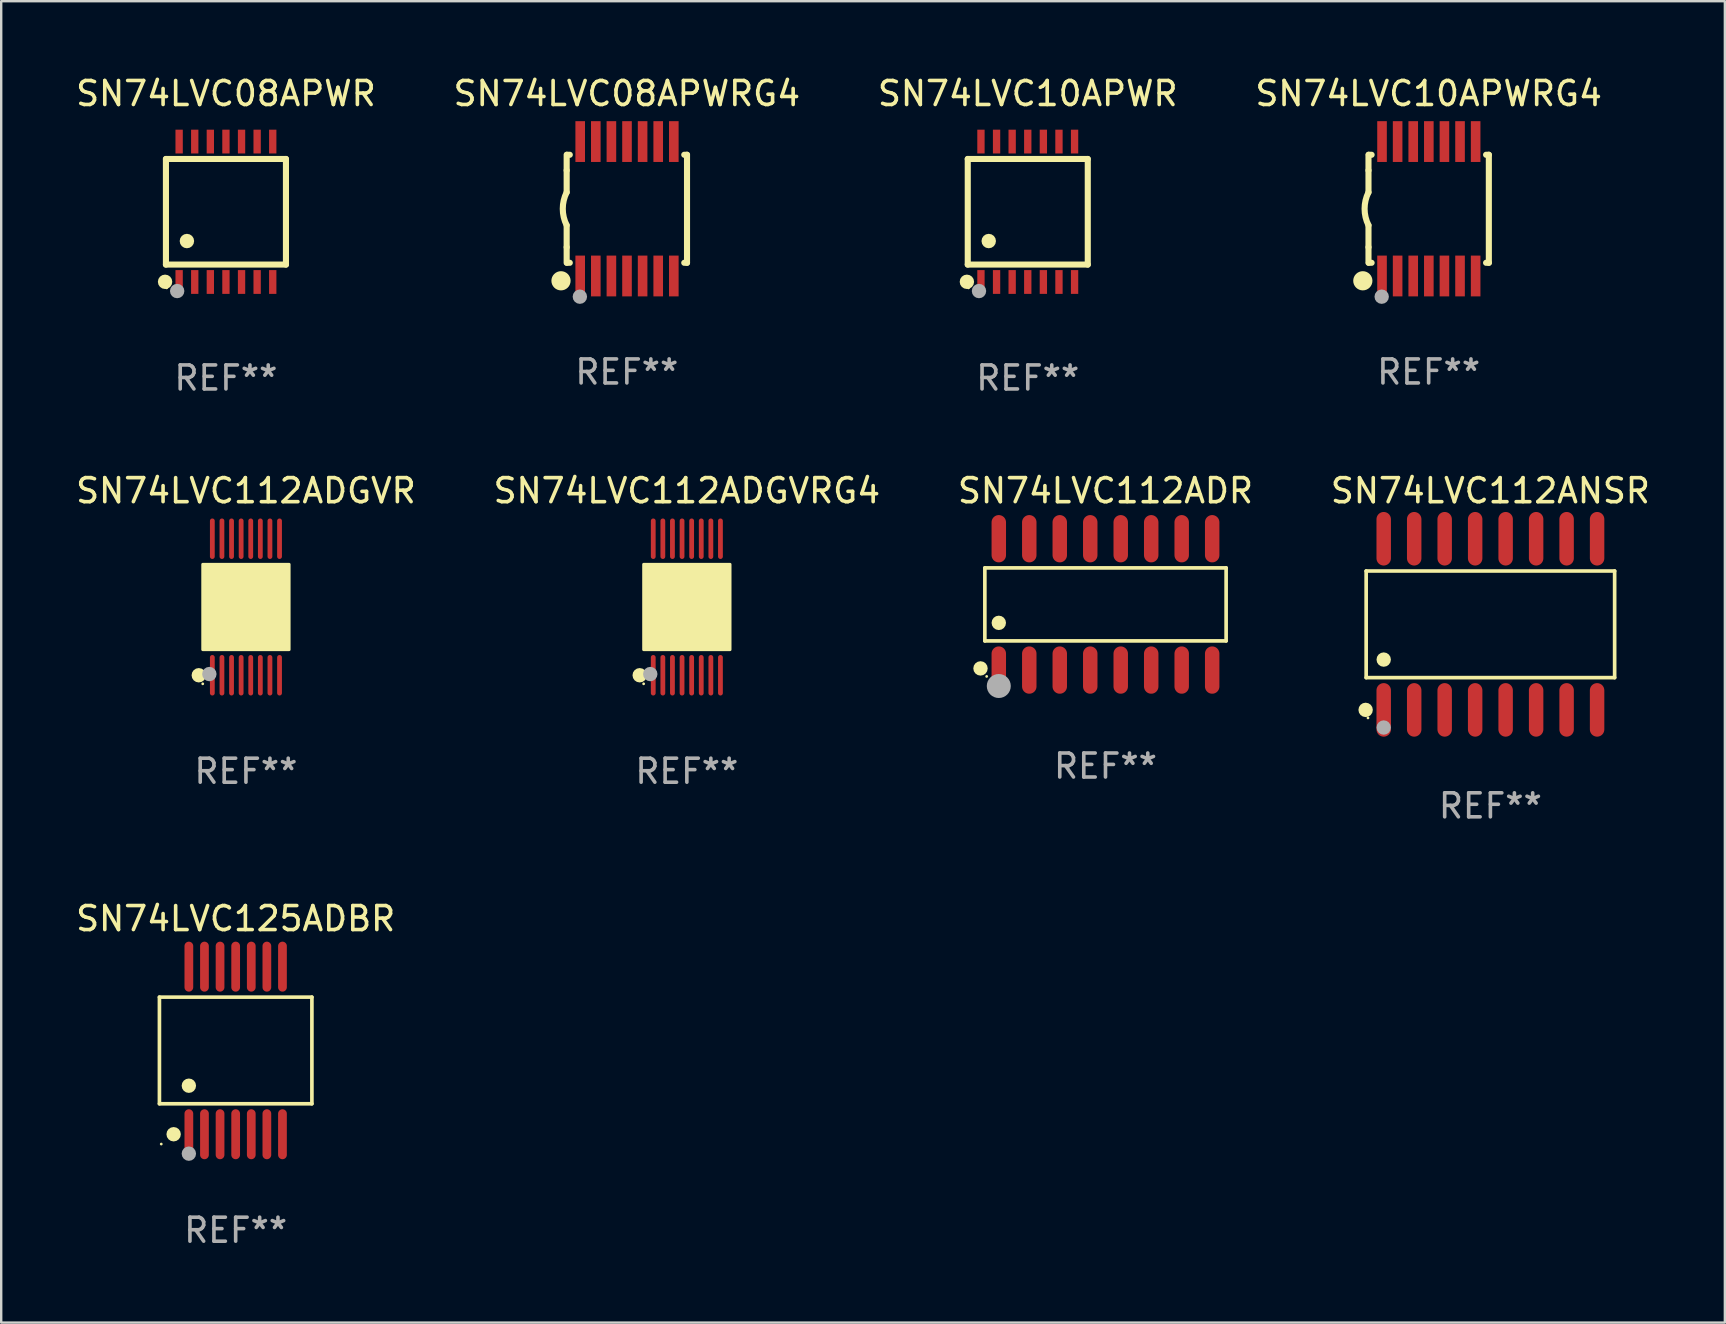
<source format=kicad_pcb>
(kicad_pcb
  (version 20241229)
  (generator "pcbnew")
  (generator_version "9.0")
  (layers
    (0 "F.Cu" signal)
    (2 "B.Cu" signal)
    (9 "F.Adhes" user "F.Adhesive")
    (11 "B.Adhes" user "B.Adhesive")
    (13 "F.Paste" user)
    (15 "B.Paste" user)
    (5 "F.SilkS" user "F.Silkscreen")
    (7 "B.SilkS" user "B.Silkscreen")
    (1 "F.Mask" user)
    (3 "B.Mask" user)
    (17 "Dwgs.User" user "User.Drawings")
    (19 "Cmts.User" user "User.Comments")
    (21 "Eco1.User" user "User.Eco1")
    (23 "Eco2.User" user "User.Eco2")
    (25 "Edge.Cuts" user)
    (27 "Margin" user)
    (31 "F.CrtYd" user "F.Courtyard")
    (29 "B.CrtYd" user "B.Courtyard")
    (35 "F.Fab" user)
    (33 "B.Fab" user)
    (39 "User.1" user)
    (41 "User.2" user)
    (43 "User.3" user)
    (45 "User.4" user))
  (footprint "SN74LVC112ADGVR"
    (layer "F.Cu")
    (at 7.196 22.238)
    (property "Reference" "SN74LVC112ADGVR" (at 0 -4.844 0) (layer "F.SilkS") (effects (font (size 1 1) (thickness 0.15))))
    (attr through_hole)
    (fp_circle (center -1.964 2.844) (end -1.814 2.844) (stroke (width 0.3) (type solid)) (fill no) (layer "F.SilkS"))
    (fp_circle (center -1.8 3.2) (end -1.77 3.2) (stroke (width 0.06) (type solid)) (fill no) (layer "F.SilkS"))
    (fp_circle (center -1.4 1.019) (end -1.25 1.019) (stroke (width 0.3) (type solid)) (fill no) (layer "F.SilkS"))
    (fp_poly (pts (xy -1.8 -1.778) (xy 1.8 -1.778) (xy 1.8 1.778) (xy -1.8 1.778)) (stroke (width 0.12) (type solid)) (fill yes) (layer "F.SilkS"))
    (fp_circle (center -1.524 2.794) (end -1.374 2.794) (stroke (width 0.3) (type solid)) (fill no) (layer "F.Fab"))
    (fp_text user "REF**" (at 0 6.844 0) (layer "F.Fab") (effects (font (size 1 1) (thickness 0.15))))
    (pad "1" smd oval (at -1.4 2.844) (size 0.2 1.687) (layers "F.Cu" "F.Mask" "F.Paste"))
    (pad "2" smd oval (at -1 2.844) (size 0.2 1.687) (layers "F.Cu" "F.Mask" "F.Paste"))
    (pad "3" smd oval (at -0.6 2.844) (size 0.2 1.687) (layers "F.Cu" "F.Mask" "F.Paste"))
    (pad "4" smd oval (at -0.2 2.844) (size 0.2 1.687) (layers "F.Cu" "F.Mask" "F.Paste"))
    (pad "5" smd oval (at 0.2 2.844) (size 0.2 1.687) (layers "F.Cu" "F.Mask" "F.Paste"))
    (pad "6" smd oval (at 0.6 2.844) (size 0.2 1.687) (layers "F.Cu" "F.Mask" "F.Paste"))
    (pad "7" smd oval (at 1 2.844) (size 0.2 1.687) (layers "F.Cu" "F.Mask" "F.Paste"))
    (pad "8" smd oval (at 1.4 2.844) (size 0.2 1.687) (layers "F.Cu" "F.Mask" "F.Paste"))
    (pad "9" smd oval (at 1.4 -2.844) (size 0.2 1.687) (layers "F.Cu" "F.Mask" "F.Paste"))
    (pad "10" smd oval (at 1 -2.844) (size 0.2 1.687) (layers "F.Cu" "F.Mask" "F.Paste"))
    (pad "11" smd oval (at 0.6 -2.844) (size 0.2 1.687) (layers "F.Cu" "F.Mask" "F.Paste"))
    (pad "12" smd oval (at 0.2 -2.844) (size 0.2 1.687) (layers "F.Cu" "F.Mask" "F.Paste"))
    (pad "13" smd oval (at -0.2 -2.844) (size 0.2 1.687) (layers "F.Cu" "F.Mask" "F.Paste"))
    (pad "14" smd oval (at -0.6 -2.844) (size 0.2 1.687) (layers "F.Cu" "F.Mask" "F.Paste"))
    (pad "15" smd oval (at -1 -2.844) (size 0.2 1.687) (layers "F.Cu" "F.Mask" "F.Paste"))
    (pad "16" smd oval (at -1.4 -2.844) (size 0.2 1.687) (layers "F.Cu" "F.Mask" "F.Paste")))
  (footprint "SN74LVC10APWR"
    (layer "F.Cu")
    (at 39.768 5.773)
    (property "Reference" "SN74LVC10APWR" (at 0 -4.925 0) (layer "F.SilkS") (effects (font (size 1 1) (thickness 0.15))))
    (attr through_hole)
    (fp_line (start -2.5 2.2) (end -2.5 -2.2) (stroke (width 0.254) (type solid)) (layer "F.SilkS"))
    (fp_line (start -2.5 2.2) (end 2.5 2.2) (stroke (width 0.254) (type solid)) (layer "F.SilkS"))
    (fp_line (start 2.5 -2.2) (end -2.5 -2.2) (stroke (width 0.254) (type solid)) (layer "F.SilkS"))
    (fp_line (start 2.5 -2.2) (end 2.5 2.2) (stroke (width 0.254) (type solid)) (layer "F.SilkS"))
    (fp_circle (center -2.536 2.917) (end -2.386 2.917) (stroke (width 0.3) (type solid)) (fill no) (layer "F.SilkS"))
    (fp_circle (center -2.47 3.17) (end -2.44 3.17) (stroke (width 0.06) (type solid)) (fill no) (layer "F.SilkS"))
    (fp_circle (center -1.626 1.219) (end -1.475 1.219) (stroke (width 0.3) (type solid)) (fill no) (layer "F.SilkS"))
    (fp_circle (center -2.032 3.302) (end -1.882 3.302) (stroke (width 0.3) (type solid)) (fill no) (layer "F.Fab"))
    (fp_text user "REF**" (at 0 6.925 0) (layer "F.Fab") (effects (font (size 1 1) (thickness 0.15))))
    (pad "1" smd rect (at -1.95 2.925) (size 0.305 0.991) (layers "F.Cu" "F.Mask" "F.Paste"))
    (pad "2" smd rect (at -1.3 2.925) (size 0.305 0.991) (layers "F.Cu" "F.Mask" "F.Paste"))
    (pad "3" smd rect (at -0.65 2.925) (size 0.305 0.991) (layers "F.Cu" "F.Mask" "F.Paste"))
    (pad "4" smd rect (at 0 2.925) (size 0.305 0.991) (layers "F.Cu" "F.Mask" "F.Paste"))
    (pad "5" smd rect (at 0.65 2.925) (size 0.305 0.991) (layers "F.Cu" "F.Mask" "F.Paste"))
    (pad "6" smd rect (at 1.3 2.925) (size 0.305 0.991) (layers "F.Cu" "F.Mask" "F.Paste"))
    (pad "7" smd rect (at 1.95 2.925) (size 0.305 0.991) (layers "F.Cu" "F.Mask" "F.Paste"))
    (pad "8" smd rect (at 1.95 -2.925) (size 0.305 0.991) (layers "F.Cu" "F.Mask" "F.Paste"))
    (pad "9" smd rect (at 1.3 -2.925) (size 0.305 0.991) (layers "F.Cu" "F.Mask" "F.Paste"))
    (pad "10" smd rect (at 0.65 -2.925) (size 0.305 0.991) (layers "F.Cu" "F.Mask" "F.Paste"))
    (pad "11" smd rect (at 0 -2.925) (size 0.305 0.991) (layers "F.Cu" "F.Mask" "F.Paste"))
    (pad "12" smd rect (at -0.65 -2.925) (size 0.305 0.991) (layers "F.Cu" "F.Mask" "F.Paste"))
    (pad "13" smd rect (at -1.3 -2.925) (size 0.305 0.991) (layers "F.Cu" "F.Mask" "F.Paste"))
    (pad "14" smd rect (at -1.95 -2.925) (size 0.305 0.991) (layers "F.Cu" "F.Mask" "F.Paste")))
  (footprint "SN74LVC08APWR"
    (layer "F.Cu")
    (at 6.363 5.773)
    (property "Reference" "SN74LVC08APWR" (at 0 -4.925 0) (layer "F.SilkS") (effects (font (size 1 1) (thickness 0.15))))
    (attr through_hole)
    (fp_line (start -2.5 2.2) (end -2.5 -2.2) (stroke (width 0.254) (type solid)) (layer "F.SilkS"))
    (fp_line (start -2.5 2.2) (end 2.5 2.2) (stroke (width 0.254) (type solid)) (layer "F.SilkS"))
    (fp_line (start 2.5 -2.2) (end -2.5 -2.2) (stroke (width 0.254) (type solid)) (layer "F.SilkS"))
    (fp_line (start 2.5 -2.2) (end 2.5 2.2) (stroke (width 0.254) (type solid)) (layer "F.SilkS"))
    (fp_circle (center -2.536 2.917) (end -2.386 2.917) (stroke (width 0.3) (type solid)) (fill no) (layer "F.SilkS"))
    (fp_circle (center -2.47 3.17) (end -2.44 3.17) (stroke (width 0.06) (type solid)) (fill no) (layer "F.SilkS"))
    (fp_circle (center -1.626 1.219) (end -1.475 1.219) (stroke (width 0.3) (type solid)) (fill no) (layer "F.SilkS"))
    (fp_circle (center -2.032 3.302) (end -1.882 3.302) (stroke (width 0.3) (type solid)) (fill no) (layer "F.Fab"))
    (fp_text user "REF**" (at 0 6.925 0) (layer "F.Fab") (effects (font (size 1 1) (thickness 0.15))))
    (pad "1" smd rect (at -1.95 2.925) (size 0.305 0.991) (layers "F.Cu" "F.Mask" "F.Paste"))
    (pad "2" smd rect (at -1.3 2.925) (size 0.305 0.991) (layers "F.Cu" "F.Mask" "F.Paste"))
    (pad "3" smd rect (at -0.65 2.925) (size 0.305 0.991) (layers "F.Cu" "F.Mask" "F.Paste"))
    (pad "4" smd rect (at 0 2.925) (size 0.305 0.991) (layers "F.Cu" "F.Mask" "F.Paste"))
    (pad "5" smd rect (at 0.65 2.925) (size 0.305 0.991) (layers "F.Cu" "F.Mask" "F.Paste"))
    (pad "6" smd rect (at 1.3 2.925) (size 0.305 0.991) (layers "F.Cu" "F.Mask" "F.Paste"))
    (pad "7" smd rect (at 1.95 2.925) (size 0.305 0.991) (layers "F.Cu" "F.Mask" "F.Paste"))
    (pad "8" smd rect (at 1.95 -2.925) (size 0.305 0.991) (layers "F.Cu" "F.Mask" "F.Paste"))
    (pad "9" smd rect (at 1.3 -2.925) (size 0.305 0.991) (layers "F.Cu" "F.Mask" "F.Paste"))
    (pad "10" smd rect (at 0.65 -2.925) (size 0.305 0.991) (layers "F.Cu" "F.Mask" "F.Paste"))
    (pad "11" smd rect (at 0 -2.925) (size 0.305 0.991) (layers "F.Cu" "F.Mask" "F.Paste"))
    (pad "12" smd rect (at -0.65 -2.925) (size 0.305 0.991) (layers "F.Cu" "F.Mask" "F.Paste"))
    (pad "13" smd rect (at -1.3 -2.925) (size 0.305 0.991) (layers "F.Cu" "F.Mask" "F.Paste"))
    (pad "14" smd rect (at -1.95 -2.925) (size 0.305 0.991) (layers "F.Cu" "F.Mask" "F.Paste")))
  (footprint "SN74LVC125ADBR"
    (layer "F.Cu")
    (at 6.768 40.713)
    (property "Reference" "SN74LVC125ADBR" (at 0 -5.491 0) (layer "F.SilkS") (effects (font (size 1 1) (thickness 0.15))))
    (attr through_hole)
    (fp_line (start -3.176 -2.221) (end 3.176 -2.221) (stroke (width 0.152) (type solid)) (layer "F.SilkS"))
    (fp_line (start -3.176 2.221) (end -3.176 -2.221) (stroke (width 0.152) (type solid)) (layer "F.SilkS"))
    (fp_line (start 3.176 -2.221) (end 3.176 2.221) (stroke (width 0.152) (type solid)) (layer "F.SilkS"))
    (fp_line (start 3.176 2.221) (end -3.176 2.221) (stroke (width 0.152) (type solid)) (layer "F.SilkS"))
    (fp_circle (center -3.1 3.9) (end -3.07 3.9) (stroke (width 0.06) (type solid)) (fill no) (layer "F.SilkS"))
    (fp_circle (center -2.584 3.491) (end -2.434 3.491) (stroke (width 0.3) (type solid)) (fill no) (layer "F.SilkS"))
    (fp_circle (center -1.95 1.469) (end -1.8 1.469) (stroke (width 0.3) (type solid)) (fill no) (layer "F.SilkS"))
    (fp_circle (center -1.95 4.3) (end -1.8 4.3) (stroke (width 0.3) (type solid)) (fill no) (layer "F.Fab"))
    (fp_text user "REF**" (at 0 7.491 0) (layer "F.Fab") (effects (font (size 1 1) (thickness 0.15))))
    (pad "1" smd oval (at -1.95 3.491) (size 0.364 2.082) (layers "F.Cu" "F.Mask" "F.Paste"))
    (pad "2" smd oval (at -1.3 3.491) (size 0.364 2.082) (layers "F.Cu" "F.Mask" "F.Paste"))
    (pad "3" smd oval (at -0.65 3.491) (size 0.364 2.082) (layers "F.Cu" "F.Mask" "F.Paste"))
    (pad "4" smd oval (at 0 3.491) (size 0.364 2.082) (layers "F.Cu" "F.Mask" "F.Paste"))
    (pad "5" smd oval (at 0.65 3.491) (size 0.364 2.082) (layers "F.Cu" "F.Mask" "F.Paste"))
    (pad "6" smd oval (at 1.3 3.491) (size 0.364 2.082) (layers "F.Cu" "F.Mask" "F.Paste"))
    (pad "7" smd oval (at 1.95 3.491) (size 0.364 2.082) (layers "F.Cu" "F.Mask" "F.Paste"))
    (pad "8" smd oval (at 1.95 -3.491) (size 0.364 2.082) (layers "F.Cu" "F.Mask" "F.Paste"))
    (pad "9" smd oval (at 1.3 -3.491) (size 0.364 2.082) (layers "F.Cu" "F.Mask" "F.Paste"))
    (pad "10" smd oval (at 0.65 -3.491) (size 0.364 2.082) (layers "F.Cu" "F.Mask" "F.Paste"))
    (pad "11" smd oval (at 0 -3.491) (size 0.364 2.082) (layers "F.Cu" "F.Mask" "F.Paste"))
    (pad "12" smd oval (at -0.65 -3.491) (size 0.364 2.082) (layers "F.Cu" "F.Mask" "F.Paste"))
    (pad "13" smd oval (at -1.3 -3.491) (size 0.364 2.082) (layers "F.Cu" "F.Mask" "F.Paste"))
    (pad "14" smd oval (at -1.95 -3.491) (size 0.364 2.082) (layers "F.Cu" "F.Mask" "F.Paste")))
  (footprint "SN74LVC08APWRG4"
    (layer "F.Cu")
    (at 23.065 5.648)
    (property "Reference" "SN74LVC08APWRG4" (at 0 -4.8 0) (layer "F.SilkS") (effects (font (size 1 1) (thickness 0.15))))
    (attr through_hole)
    (fp_line (start -2.507 -1.6) (end -2.507 -2.25) (stroke (width 0.254) (type solid)) (layer "F.SilkS"))
    (fp_line (start -2.507 -0.686) (end -2.507 -1.6) (stroke (width 0.254) (type solid)) (layer "F.SilkS"))
    (fp_line (start -2.507 1.6) (end -2.507 0.686) (stroke (width 0.254) (type solid)) (layer "F.SilkS"))
    (fp_line (start -2.507 1.6) (end -2.507 2.25) (stroke (width 0.254) (type solid)) (layer "F.SilkS"))
    (fp_line (start -2.493 -2.25) (end -2.377 -2.25) (stroke (width 0.254) (type solid)) (layer "F.SilkS"))
    (fp_line (start -2.377 2.25) (end -2.493 2.25) (stroke (width 0.254) (type solid)) (layer "F.SilkS"))
    (fp_line (start 2.392 -2.25) (end 2.507 -2.25) (stroke (width 0.254) (type solid)) (layer "F.SilkS"))
    (fp_line (start 2.507 -2.25) (end 2.507 2.25) (stroke (width 0.254) (type solid)) (layer "F.SilkS"))
    (fp_line (start 2.507 2.25) (end 2.392 2.25) (stroke (width 0.254) (type solid)) (layer "F.SilkS"))
    (fp_arc (start -2.507303 0.685802) (mid -2.669199 0) (end -2.507303 -0.685801) (stroke (width 0.254001) (type solid)) (layer "F.SilkS"))
    (fp_circle (center -2.743 3) (end -2.543 3) (stroke (width 0.4) (type solid)) (fill no) (layer "F.SilkS"))
    (fp_circle (center -2.493 3.2) (end -2.463 3.2) (stroke (width 0.06) (type solid)) (fill no) (layer "F.SilkS"))
    (fp_circle (center -1.957 3.662) (end -1.807 3.662) (stroke (width 0.3) (type solid)) (fill no) (layer "F.Fab"))
    (fp_text user "REF**" (at 0 6.8 0) (layer "F.Fab") (effects (font (size 1 1) (thickness 0.15))))
    (pad "1" smd rect (at -1.943 2.8) (size 0.4 1.7) (layers "F.Cu" "F.Mask" "F.Paste"))
    (pad "2" smd rect (at -1.293 2.8) (size 0.4 1.7) (layers "F.Cu" "F.Mask" "F.Paste"))
    (pad "3" smd rect (at -0.643 2.8) (size 0.4 1.7) (layers "F.Cu" "F.Mask" "F.Paste"))
    (pad "4" smd rect (at 0.007 2.8) (size 0.4 1.7) (layers "F.Cu" "F.Mask" "F.Paste"))
    (pad "5" smd rect (at 0.657 2.8) (size 0.4 1.7) (layers "F.Cu" "F.Mask" "F.Paste"))
    (pad "6" smd rect (at 1.307 2.8) (size 0.4 1.7) (layers "F.Cu" "F.Mask" "F.Paste"))
    (pad "7" smd rect (at 1.957 2.8) (size 0.4 1.7) (layers "F.Cu" "F.Mask" "F.Paste"))
    (pad "8" smd rect (at 1.957 -2.8) (size 0.4 1.7) (layers "F.Cu" "F.Mask" "F.Paste"))
    (pad "9" smd rect (at 1.307 -2.8) (size 0.4 1.7) (layers "F.Cu" "F.Mask" "F.Paste"))
    (pad "10" smd rect (at 0.657 -2.8) (size 0.4 1.7) (layers "F.Cu" "F.Mask" "F.Paste"))
    (pad "11" smd rect (at 0.007 -2.8) (size 0.4 1.7) (layers "F.Cu" "F.Mask" "F.Paste"))
    (pad "12" smd rect (at -0.643 -2.8) (size 0.4 1.7) (layers "F.Cu" "F.Mask" "F.Paste"))
    (pad "13" smd rect (at -1.293 -2.8) (size 0.4 1.7) (layers "F.Cu" "F.Mask" "F.Paste"))
    (pad "14" smd rect (at -1.943 -2.8) (size 0.4 1.7) (layers "F.Cu" "F.Mask" "F.Paste")))
  (footprint "SN74LVC112ANSR"
    (layer "F.Cu")
    (at 59.042 22.96)
    (property "Reference" "SN74LVC112ANSR" (at 0 -5.565 0) (layer "F.SilkS") (effects (font (size 1 1) (thickness 0.15))))
    (attr through_hole)
    (fp_line (start -5.176 -2.221) (end 5.176 -2.221) (stroke (width 0.152) (type solid)) (layer "F.SilkS"))
    (fp_line (start -5.176 2.221) (end -5.176 -2.221) (stroke (width 0.152) (type solid)) (layer "F.SilkS"))
    (fp_line (start 5.176 -2.221) (end 5.176 2.221) (stroke (width 0.152) (type solid)) (layer "F.SilkS"))
    (fp_line (start 5.176 2.221) (end -5.176 2.221) (stroke (width 0.152) (type solid)) (layer "F.SilkS"))
    (fp_circle (center -5.198 3.565) (end -5.048 3.565) (stroke (width 0.3) (type solid)) (fill no) (layer "F.SilkS"))
    (fp_circle (center -5.1 3.9) (end -5.07 3.9) (stroke (width 0.06) (type solid)) (fill no) (layer "F.SilkS"))
    (fp_circle (center -4.445 1.469) (end -4.295 1.469) (stroke (width 0.3) (type solid)) (fill no) (layer "F.SilkS"))
    (fp_circle (center -4.445 4.3) (end -4.295 4.3) (stroke (width 0.3) (type solid)) (fill no) (layer "F.Fab"))
    (fp_text user "REF**" (at 0 7.565 0) (layer "F.Fab") (effects (font (size 1 1) (thickness 0.15))))
    (pad "1" smd oval (at -4.445 3.565) (size 0.602 2.231) (layers "F.Cu" "F.Mask" "F.Paste"))
    (pad "2" smd oval (at -3.175 3.565) (size 0.602 2.231) (layers "F.Cu" "F.Mask" "F.Paste"))
    (pad "3" smd oval (at -1.905 3.565) (size 0.602 2.231) (layers "F.Cu" "F.Mask" "F.Paste"))
    (pad "4" smd oval (at -0.635 3.565) (size 0.602 2.231) (layers "F.Cu" "F.Mask" "F.Paste"))
    (pad "5" smd oval (at 0.635 3.565) (size 0.602 2.231) (layers "F.Cu" "F.Mask" "F.Paste"))
    (pad "6" smd oval (at 1.905 3.565) (size 0.602 2.231) (layers "F.Cu" "F.Mask" "F.Paste"))
    (pad "7" smd oval (at 3.175 3.565) (size 0.602 2.231) (layers "F.Cu" "F.Mask" "F.Paste"))
    (pad "8" smd oval (at 4.445 3.565) (size 0.602 2.231) (layers "F.Cu" "F.Mask" "F.Paste"))
    (pad "9" smd oval (at 4.445 -3.565) (size 0.602 2.231) (layers "F.Cu" "F.Mask" "F.Paste"))
    (pad "10" smd oval (at 3.175 -3.565) (size 0.602 2.231) (layers "F.Cu" "F.Mask" "F.Paste"))
    (pad "11" smd oval (at 1.905 -3.565) (size 0.602 2.231) (layers "F.Cu" "F.Mask" "F.Paste"))
    (pad "12" smd oval (at 0.635 -3.565) (size 0.602 2.231) (layers "F.Cu" "F.Mask" "F.Paste"))
    (pad "13" smd oval (at -0.635 -3.565) (size 0.602 2.231) (layers "F.Cu" "F.Mask" "F.Paste"))
    (pad "14" smd oval (at -1.905 -3.565) (size 0.602 2.231) (layers "F.Cu" "F.Mask" "F.Paste"))
    (pad "15" smd oval (at -3.175 -3.565) (size 0.602 2.231) (layers "F.Cu" "F.Mask" "F.Paste"))
    (pad "16" smd oval (at -4.445 -3.565) (size 0.602 2.231) (layers "F.Cu" "F.Mask" "F.Paste")))
  (footprint "SN74LVC112ADR"
    (layer "F.Cu")
    (at 43.006 22.13)
    (property "Reference" "SN74LVC112ADR" (at 0 -4.736 0) (layer "F.SilkS") (effects (font (size 1 1) (thickness 0.15))))
    (attr through_hole)
    (fp_line (start -5.026 -1.521) (end 5.026 -1.521) (stroke (width 0.152) (type solid)) (layer "F.SilkS"))
    (fp_line (start -5.026 1.521) (end -5.026 -1.521) (stroke (width 0.152) (type solid)) (layer "F.SilkS"))
    (fp_line (start 5.026 -1.521) (end 5.026 1.521) (stroke (width 0.152) (type solid)) (layer "F.SilkS"))
    (fp_line (start 5.026 1.521) (end -5.026 1.521) (stroke (width 0.152) (type solid)) (layer "F.SilkS"))
    (fp_circle (center -5.207 2.667) (end -5.057 2.667) (stroke (width 0.3) (type solid)) (fill no) (layer "F.SilkS"))
    (fp_circle (center -4.95 3) (end -4.92 3) (stroke (width 0.06) (type solid)) (fill no) (layer "F.SilkS"))
    (fp_circle (center -4.445 0.769) (end -4.295 0.769) (stroke (width 0.3) (type solid)) (fill no) (layer "F.SilkS"))
    (fp_circle (center -4.445 3.4) (end -4.195 3.4) (stroke (width 0.5) (type solid)) (fill no) (layer "F.Fab"))
    (fp_text user "REF**" (at 0 6.736 0) (layer "F.Fab") (effects (font (size 1 1) (thickness 0.15))))
    (pad "1" smd oval (at -4.445 2.736) (size 0.602 1.971) (layers "F.Cu" "F.Mask" "F.Paste"))
    (pad "2" smd oval (at -3.175 2.736) (size 0.602 1.971) (layers "F.Cu" "F.Mask" "F.Paste"))
    (pad "3" smd oval (at -1.905 2.736) (size 0.602 1.971) (layers "F.Cu" "F.Mask" "F.Paste"))
    (pad "4" smd oval (at -0.635 2.736) (size 0.602 1.971) (layers "F.Cu" "F.Mask" "F.Paste"))
    (pad "5" smd oval (at 0.635 2.736) (size 0.602 1.971) (layers "F.Cu" "F.Mask" "F.Paste"))
    (pad "6" smd oval (at 1.905 2.736) (size 0.602 1.971) (layers "F.Cu" "F.Mask" "F.Paste"))
    (pad "7" smd oval (at 3.175 2.736) (size 0.602 1.971) (layers "F.Cu" "F.Mask" "F.Paste"))
    (pad "8" smd oval (at 4.445 2.736) (size 0.602 1.971) (layers "F.Cu" "F.Mask" "F.Paste"))
    (pad "9" smd oval (at 4.445 -2.736) (size 0.602 1.971) (layers "F.Cu" "F.Mask" "F.Paste"))
    (pad "10" smd oval (at 3.175 -2.736) (size 0.602 1.971) (layers "F.Cu" "F.Mask" "F.Paste"))
    (pad "11" smd oval (at 1.905 -2.736) (size 0.602 1.971) (layers "F.Cu" "F.Mask" "F.Paste"))
    (pad "12" smd oval (at 0.635 -2.736) (size 0.602 1.971) (layers "F.Cu" "F.Mask" "F.Paste"))
    (pad "13" smd oval (at -0.635 -2.736) (size 0.602 1.971) (layers "F.Cu" "F.Mask" "F.Paste"))
    (pad "14" smd oval (at -1.905 -2.736) (size 0.602 1.971) (layers "F.Cu" "F.Mask" "F.Paste"))
    (pad "15" smd oval (at -3.175 -2.736) (size 0.602 1.971) (layers "F.Cu" "F.Mask" "F.Paste"))
    (pad "16" smd oval (at -4.445 -2.736) (size 0.602 1.971) (layers "F.Cu" "F.Mask" "F.Paste")))
  (footprint "SN74LVC112ADGVRG4"
    (layer "F.Cu")
    (at 25.565 22.238)
    (property "Reference" "SN74LVC112ADGVRG4" (at 0 -4.844 0) (layer "F.SilkS") (effects (font (size 1 1) (thickness 0.15))))
    (attr through_hole)
    (fp_circle (center -1.964 2.844) (end -1.814 2.844) (stroke (width 0.3) (type solid)) (fill no) (layer "F.SilkS"))
    (fp_circle (center -1.8 3.2) (end -1.77 3.2) (stroke (width 0.06) (type solid)) (fill no) (layer "F.SilkS"))
    (fp_circle (center -1.4 1.019) (end -1.25 1.019) (stroke (width 0.3) (type solid)) (fill no) (layer "F.SilkS"))
    (fp_poly (pts (xy -1.8 -1.778) (xy 1.8 -1.778) (xy 1.8 1.778) (xy -1.8 1.778)) (stroke (width 0.12) (type solid)) (fill yes) (layer "F.SilkS"))
    (fp_circle (center -1.524 2.794) (end -1.374 2.794) (stroke (width 0.3) (type solid)) (fill no) (layer "F.Fab"))
    (fp_text user "REF**" (at 0 6.844 0) (layer "F.Fab") (effects (font (size 1 1) (thickness 0.15))))
    (pad "1" smd oval (at -1.4 2.844) (size 0.2 1.687) (layers "F.Cu" "F.Mask" "F.Paste"))
    (pad "2" smd oval (at -1 2.844) (size 0.2 1.687) (layers "F.Cu" "F.Mask" "F.Paste"))
    (pad "3" smd oval (at -0.6 2.844) (size 0.2 1.687) (layers "F.Cu" "F.Mask" "F.Paste"))
    (pad "4" smd oval (at -0.2 2.844) (size 0.2 1.687) (layers "F.Cu" "F.Mask" "F.Paste"))
    (pad "5" smd oval (at 0.2 2.844) (size 0.2 1.687) (layers "F.Cu" "F.Mask" "F.Paste"))
    (pad "6" smd oval (at 0.6 2.844) (size 0.2 1.687) (layers "F.Cu" "F.Mask" "F.Paste"))
    (pad "7" smd oval (at 1 2.844) (size 0.2 1.687) (layers "F.Cu" "F.Mask" "F.Paste"))
    (pad "8" smd oval (at 1.4 2.844) (size 0.2 1.687) (layers "F.Cu" "F.Mask" "F.Paste"))
    (pad "9" smd oval (at 1.4 -2.844) (size 0.2 1.687) (layers "F.Cu" "F.Mask" "F.Paste"))
    (pad "10" smd oval (at 1 -2.844) (size 0.2 1.687) (layers "F.Cu" "F.Mask" "F.Paste"))
    (pad "11" smd oval (at 0.6 -2.844) (size 0.2 1.687) (layers "F.Cu" "F.Mask" "F.Paste"))
    (pad "12" smd oval (at 0.2 -2.844) (size 0.2 1.687) (layers "F.Cu" "F.Mask" "F.Paste"))
    (pad "13" smd oval (at -0.2 -2.844) (size 0.2 1.687) (layers "F.Cu" "F.Mask" "F.Paste"))
    (pad "14" smd oval (at -0.6 -2.844) (size 0.2 1.687) (layers "F.Cu" "F.Mask" "F.Paste"))
    (pad "15" smd oval (at -1 -2.844) (size 0.2 1.687) (layers "F.Cu" "F.Mask" "F.Paste"))
    (pad "16" smd oval (at -1.4 -2.844) (size 0.2 1.687) (layers "F.Cu" "F.Mask" "F.Paste")))
  (footprint "SN74LVC10APWRG4"
    (layer "F.Cu")
    (at 56.47 5.648)
    (property "Reference" "SN74LVC10APWRG4" (at 0 -4.8 0) (layer "F.SilkS") (effects (font (size 1 1) (thickness 0.15))))
    (attr through_hole)
    (fp_line (start -2.507 -1.6) (end -2.507 -2.25) (stroke (width 0.254) (type solid)) (layer "F.SilkS"))
    (fp_line (start -2.507 -0.686) (end -2.507 -1.6) (stroke (width 0.254) (type solid)) (layer "F.SilkS"))
    (fp_line (start -2.507 1.6) (end -2.507 0.686) (stroke (width 0.254) (type solid)) (layer "F.SilkS"))
    (fp_line (start -2.507 1.6) (end -2.507 2.25) (stroke (width 0.254) (type solid)) (layer "F.SilkS"))
    (fp_line (start -2.493 -2.25) (end -2.377 -2.25) (stroke (width 0.254) (type solid)) (layer "F.SilkS"))
    (fp_line (start -2.377 2.25) (end -2.493 2.25) (stroke (width 0.254) (type solid)) (layer "F.SilkS"))
    (fp_line (start 2.392 -2.25) (end 2.507 -2.25) (stroke (width 0.254) (type solid)) (layer "F.SilkS"))
    (fp_line (start 2.507 -2.25) (end 2.507 2.25) (stroke (width 0.254) (type solid)) (layer "F.SilkS"))
    (fp_line (start 2.507 2.25) (end 2.392 2.25) (stroke (width 0.254) (type solid)) (layer "F.SilkS"))
    (fp_arc (start -2.507303 0.685802) (mid -2.669199 0) (end -2.507303 -0.685801) (stroke (width 0.254001) (type solid)) (layer "F.SilkS"))
    (fp_circle (center -2.743 3) (end -2.543 3) (stroke (width 0.4) (type solid)) (fill no) (layer "F.SilkS"))
    (fp_circle (center -2.493 3.2) (end -2.463 3.2) (stroke (width 0.06) (type solid)) (fill no) (layer "F.SilkS"))
    (fp_circle (center -1.957 3.662) (end -1.807 3.662) (stroke (width 0.3) (type solid)) (fill no) (layer "F.Fab"))
    (fp_text user "REF**" (at 0 6.8 0) (layer "F.Fab") (effects (font (size 1 1) (thickness 0.15))))
    (pad "1" smd rect (at -1.943 2.8) (size 0.4 1.7) (layers "F.Cu" "F.Mask" "F.Paste"))
    (pad "2" smd rect (at -1.293 2.8) (size 0.4 1.7) (layers "F.Cu" "F.Mask" "F.Paste"))
    (pad "3" smd rect (at -0.643 2.8) (size 0.4 1.7) (layers "F.Cu" "F.Mask" "F.Paste"))
    (pad "4" smd rect (at 0.007 2.8) (size 0.4 1.7) (layers "F.Cu" "F.Mask" "F.Paste"))
    (pad "5" smd rect (at 0.657 2.8) (size 0.4 1.7) (layers "F.Cu" "F.Mask" "F.Paste"))
    (pad "6" smd rect (at 1.307 2.8) (size 0.4 1.7) (layers "F.Cu" "F.Mask" "F.Paste"))
    (pad "7" smd rect (at 1.957 2.8) (size 0.4 1.7) (layers "F.Cu" "F.Mask" "F.Paste"))
    (pad "8" smd rect (at 1.957 -2.8) (size 0.4 1.7) (layers "F.Cu" "F.Mask" "F.Paste"))
    (pad "9" smd rect (at 1.307 -2.8) (size 0.4 1.7) (layers "F.Cu" "F.Mask" "F.Paste"))
    (pad "10" smd rect (at 0.657 -2.8) (size 0.4 1.7) (layers "F.Cu" "F.Mask" "F.Paste"))
    (pad "11" smd rect (at 0.007 -2.8) (size 0.4 1.7) (layers "F.Cu" "F.Mask" "F.Paste"))
    (pad "12" smd rect (at -0.643 -2.8) (size 0.4 1.7) (layers "F.Cu" "F.Mask" "F.Paste"))
    (pad "13" smd rect (at -1.293 -2.8) (size 0.4 1.7) (layers "F.Cu" "F.Mask" "F.Paste"))
    (pad "14" smd rect (at -1.943 -2.8) (size 0.4 1.7) (layers "F.Cu" "F.Mask" "F.Paste")))
  (gr_rect
    (start -3 -3)
    (end 68.81 52.052)
    (stroke (width 0.1) (type default))
    (fill no)
    (layer "Edge.Cuts")))
</source>
